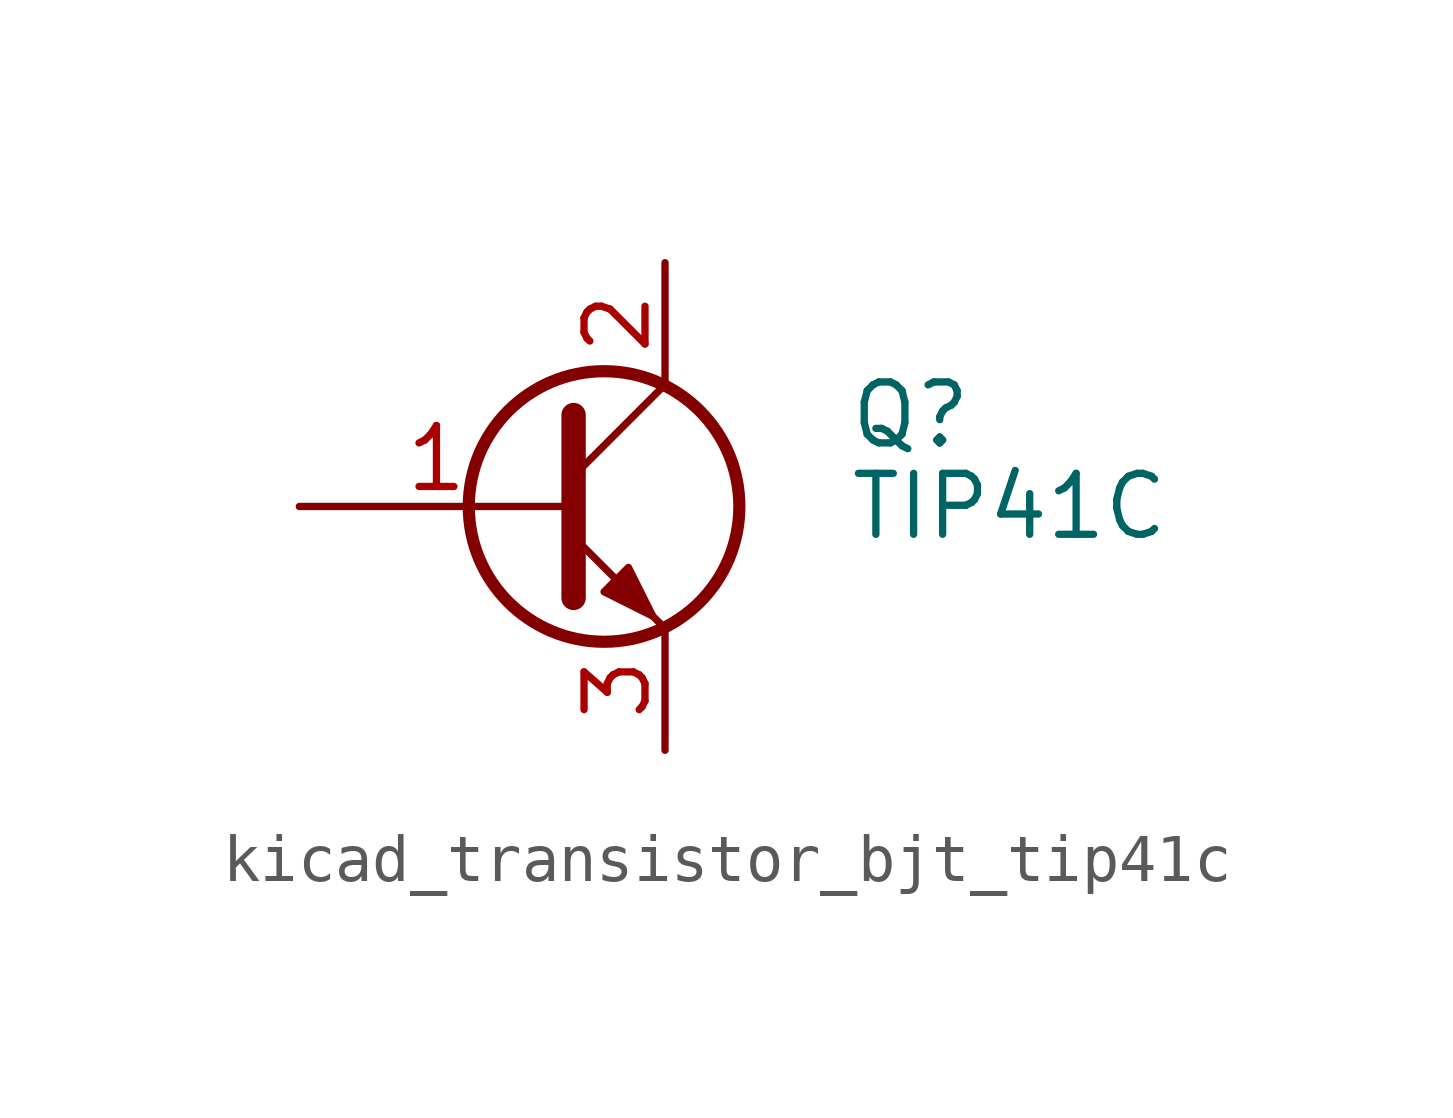
<source format=kicad_sym>
(kicad_symbol_lib
  (version 20220914)
  (generator kicad_symbol_editor)
  (symbol "kicad_transistor_bjt_tip41c"
    (pin_names
      (offset 0) hide)
    (property "Reference" "Q"
      (at 6.35 1.905 0)
      (effects (font (size 1.27 1.27)) (justify left)))
    (property "Value" "TIP41C"
      (at 6.35 0 0)
      (effects (font (size 1.27 1.27)) (justify left)))
    (symbol "kicad_transistor_bjt_tip41c_0_1"
      (polyline (pts (xy 0.635 0.635) (xy 2.54 2.54)) (stroke (width 0) (type default)) (fill (type none)))
      (polyline (pts (xy 0.635 -0.635) (xy 2.54 -2.54) (xy 2.54 -2.54)) (stroke (width 0) (type default)) (fill (type none)))
      (polyline (pts (xy 0.635 1.905) (xy 0.635 -1.905) (xy 0.635 -1.905)) (stroke (width 0.508) (type default)) (fill (type none)))
      (polyline (pts (xy 1.27 -1.778) (xy 1.778 -1.27) (xy 2.286 -2.286) (xy 1.27 -1.778) (xy 1.27 -1.778)) (stroke (width 0) (type default)) (fill (type outline)))
      (circle (center 1.27 0) (radius 2.819) (stroke (width 0.254) (type default)) (fill (type none))))
    (symbol "kicad_transistor_bjt_tip41c_1_1"
      (pin input line (at -5.08 0 0) (length 5.715) (name "B" (effects (font (size 1.27 1.27)))) (number "1" (effects (font (size 1.27 1.27)))))
      (pin passive line (at 2.54 5.08 270) (length 2.54) (name "C" (effects (font (size 1.27 1.27)))) (number "2" (effects (font (size 1.27 1.27)))))
      (pin passive line (at 2.54 -5.08 90) (length 2.54) (name "E" (effects (font (size 1.27 1.27)))) (number "3" (effects (font (size 1.27 1.27))))))))
</source>
